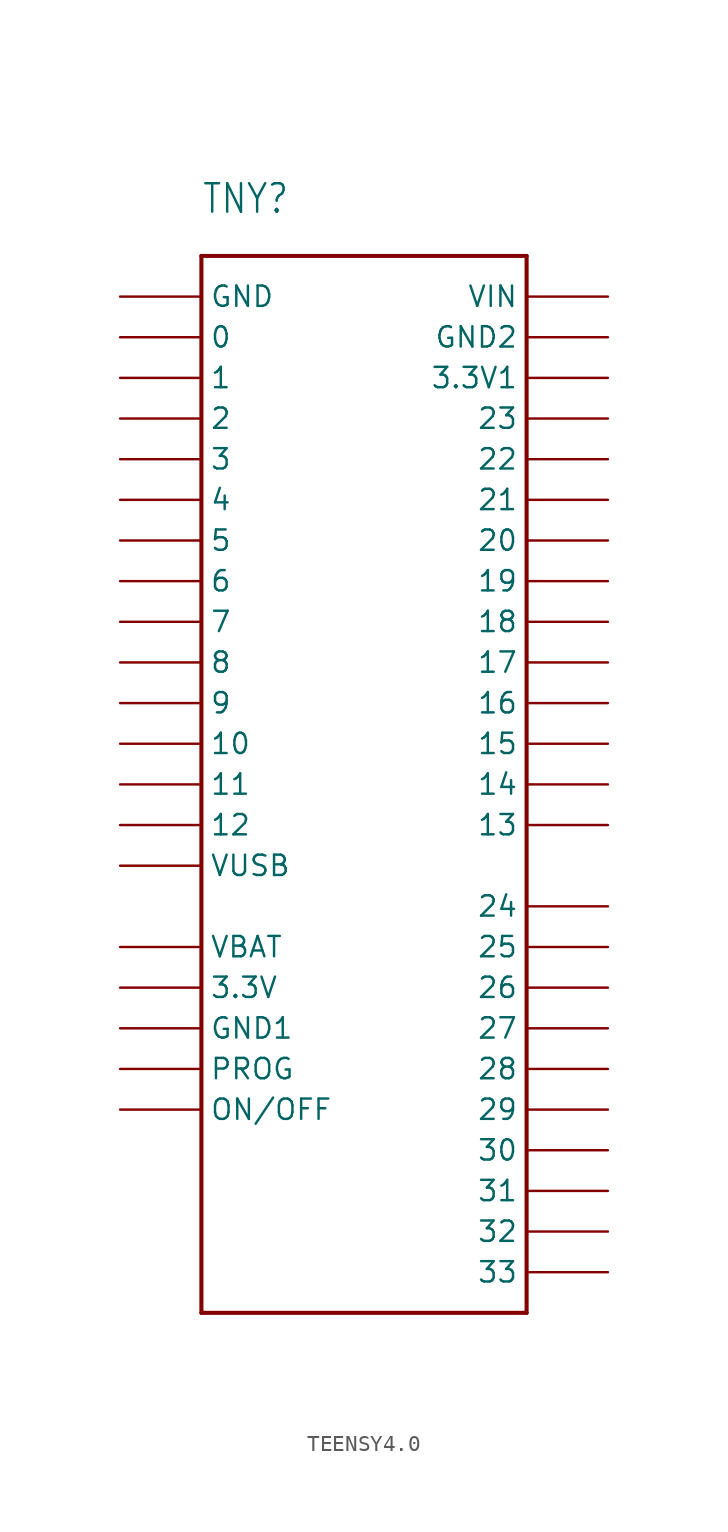
<source format=kicad_sym>
(kicad_symbol_lib
  (version 20211014)
  (generator kicad_symbol_editor)
  (symbol "TEENSY4.0"
    (property "Reference" "TNY"
      (at -10.16 30.48 0)
      (effects (font (size 1.778 1.511)) (justify left bottom)))
    (property "ki_locked" ""
      (at 0 0 0)
      (effects (font (size 1.27 1.27))))
    (symbol "TEENSY4.0_1_0"
      (polyline (pts (xy -10.16 -38.1) (xy 10.16 -38.1)) (stroke (width 0.254) (type default) (color 0 0 0 0)) (fill (type none)))
      (polyline (pts (xy -10.16 27.94) (xy -10.16 -38.1)) (stroke (width 0.254) (type default) (color 0 0 0 0)) (fill (type none)))
      (polyline (pts (xy 10.16 -38.1) (xy 10.16 27.94)) (stroke (width 0.254) (type default) (color 0 0 0 0)) (fill (type none)))
      (polyline (pts (xy 10.16 27.94) (xy -10.16 27.94)) (stroke (width 0.254) (type default) (color 0 0 0 0)) (fill (type none)))
      (pin bidirectional line (at -15.24 22.86 0) (length 5.08) (name "0" (effects (font (size 1.27 1.27)))) (number "0" (effects (font (size 0 0)))))
      (pin bidirectional line (at -15.24 20.32 0) (length 5.08) (name "1" (effects (font (size 1.27 1.27)))) (number "1" (effects (font (size 0 0)))))
      (pin bidirectional line (at -15.24 -2.54 0) (length 5.08) (name "10" (effects (font (size 1.27 1.27)))) (number "10" (effects (font (size 0 0)))))
      (pin bidirectional line (at -15.24 -5.08 0) (length 5.08) (name "11" (effects (font (size 1.27 1.27)))) (number "11" (effects (font (size 0 0)))))
      (pin bidirectional line (at -15.24 -7.62 0) (length 5.08) (name "12" (effects (font (size 1.27 1.27)))) (number "12" (effects (font (size 0 0)))))
      (pin bidirectional line (at 15.24 -7.62 180) (length 5.08) (name "13" (effects (font (size 1.27 1.27)))) (number "13" (effects (font (size 0 0)))))
      (pin bidirectional line (at 15.24 -5.08 180) (length 5.08) (name "14" (effects (font (size 1.27 1.27)))) (number "14" (effects (font (size 0 0)))))
      (pin bidirectional line (at 15.24 -2.54 180) (length 5.08) (name "15" (effects (font (size 1.27 1.27)))) (number "15" (effects (font (size 0 0)))))
      (pin bidirectional line (at 15.24 0 180) (length 5.08) (name "16" (effects (font (size 1.27 1.27)))) (number "16" (effects (font (size 0 0)))))
      (pin bidirectional line (at 15.24 2.54 180) (length 5.08) (name "17" (effects (font (size 1.27 1.27)))) (number "17" (effects (font (size 0 0)))))
      (pin bidirectional line (at 15.24 5.08 180) (length 5.08) (name "18" (effects (font (size 1.27 1.27)))) (number "18" (effects (font (size 0 0)))))
      (pin bidirectional line (at 15.24 7.62 180) (length 5.08) (name "19" (effects (font (size 1.27 1.27)))) (number "19" (effects (font (size 0 0)))))
      (pin bidirectional line (at -15.24 17.78 0) (length 5.08) (name "2" (effects (font (size 1.27 1.27)))) (number "2" (effects (font (size 0 0)))))
      (pin bidirectional line (at 15.24 10.16 180) (length 5.08) (name "20" (effects (font (size 1.27 1.27)))) (number "20" (effects (font (size 0 0)))))
      (pin bidirectional line (at 15.24 12.7 180) (length 5.08) (name "21" (effects (font (size 1.27 1.27)))) (number "21" (effects (font (size 0 0)))))
      (pin bidirectional line (at 15.24 15.24 180) (length 5.08) (name "22" (effects (font (size 1.27 1.27)))) (number "22" (effects (font (size 0 0)))))
      (pin bidirectional line (at 15.24 17.78 180) (length 5.08) (name "23" (effects (font (size 1.27 1.27)))) (number "23" (effects (font (size 0 0)))))
      (pin bidirectional line (at 15.24 -12.7 180) (length 5.08) (name "24" (effects (font (size 1.27 1.27)))) (number "24" (effects (font (size 0 0)))))
      (pin bidirectional line (at 15.24 -15.24 180) (length 5.08) (name "25" (effects (font (size 1.27 1.27)))) (number "25" (effects (font (size 0 0)))))
      (pin bidirectional line (at 15.24 -17.78 180) (length 5.08) (name "26" (effects (font (size 1.27 1.27)))) (number "26" (effects (font (size 0 0)))))
      (pin bidirectional line (at 15.24 -20.32 180) (length 5.08) (name "27" (effects (font (size 1.27 1.27)))) (number "27" (effects (font (size 0 0)))))
      (pin bidirectional line (at 15.24 -22.86 180) (length 5.08) (name "28" (effects (font (size 1.27 1.27)))) (number "28" (effects (font (size 0 0)))))
      (pin bidirectional line (at 15.24 -25.4 180) (length 5.08) (name "29" (effects (font (size 1.27 1.27)))) (number "29" (effects (font (size 0 0)))))
      (pin bidirectional line (at -15.24 15.24 0) (length 5.08) (name "3" (effects (font (size 1.27 1.27)))) (number "3" (effects (font (size 0 0)))))
      (pin bidirectional line (at -15.24 -17.78 0) (length 5.08) (name "3.3V" (effects (font (size 1.27 1.27)))) (number "3.30" (effects (font (size 0 0)))))
      (pin bidirectional line (at 15.24 20.32 180) (length 5.08) (name "3.3V1" (effects (font (size 1.27 1.27)))) (number "3.31" (effects (font (size 0 0)))))
      (pin bidirectional line (at 15.24 -27.94 180) (length 5.08) (name "30" (effects (font (size 1.27 1.27)))) (number "30" (effects (font (size 0 0)))))
      (pin bidirectional line (at 15.24 -30.48 180) (length 5.08) (name "31" (effects (font (size 1.27 1.27)))) (number "31" (effects (font (size 0 0)))))
      (pin bidirectional line (at 15.24 -33.02 180) (length 5.08) (name "32" (effects (font (size 1.27 1.27)))) (number "32" (effects (font (size 0 0)))))
      (pin bidirectional line (at 15.24 -35.56 180) (length 5.08) (name "33" (effects (font (size 1.27 1.27)))) (number "33" (effects (font (size 0 0)))))
      (pin bidirectional line (at -15.24 12.7 0) (length 5.08) (name "4" (effects (font (size 1.27 1.27)))) (number "4" (effects (font (size 0 0)))))
      (pin bidirectional line (at -15.24 10.16 0) (length 5.08) (name "5" (effects (font (size 1.27 1.27)))) (number "5" (effects (font (size 0 0)))))
      (pin bidirectional line (at -15.24 7.62 0) (length 5.08) (name "6" (effects (font (size 1.27 1.27)))) (number "6" (effects (font (size 0 0)))))
      (pin bidirectional line (at -15.24 5.08 0) (length 5.08) (name "7" (effects (font (size 1.27 1.27)))) (number "7" (effects (font (size 0 0)))))
      (pin bidirectional line (at -15.24 2.54 0) (length 5.08) (name "8" (effects (font (size 1.27 1.27)))) (number "8" (effects (font (size 0 0)))))
      (pin bidirectional line (at -15.24 0 0) (length 5.08) (name "9" (effects (font (size 1.27 1.27)))) (number "9" (effects (font (size 0 0)))))
      (pin bidirectional line (at -15.24 25.4 0) (length 5.08) (name "GND" (effects (font (size 1.27 1.27)))) (number "GND" (effects (font (size 0 0)))))
      (pin bidirectional line (at -15.24 -20.32 0) (length 5.08) (name "GND1" (effects (font (size 1.27 1.27)))) (number "GND1" (effects (font (size 0 0)))))
      (pin bidirectional line (at 15.24 22.86 180) (length 5.08) (name "GND2" (effects (font (size 1.27 1.27)))) (number "GND2" (effects (font (size 0 0)))))
      (pin bidirectional line (at -15.24 -25.4 0) (length 5.08) (name "ON/OFF" (effects (font (size 1.27 1.27)))) (number "ON/OFF" (effects (font (size 0 0)))))
      (pin bidirectional line (at -15.24 -22.86 0) (length 5.08) (name "PROG" (effects (font (size 1.27 1.27)))) (number "PROG" (effects (font (size 0 0)))))
      (pin bidirectional line (at -15.24 -15.24 0) (length 5.08) (name "VBAT" (effects (font (size 1.27 1.27)))) (number "VBAT" (effects (font (size 0 0)))))
      (pin bidirectional line (at 15.24 25.4 180) (length 5.08) (name "VIN" (effects (font (size 1.27 1.27)))) (number "VIN" (effects (font (size 0 0)))))
      (pin bidirectional line (at -15.24 -10.16 0) (length 5.08) (name "VUSB" (effects (font (size 1.27 1.27)))) (number "VUSB" (effects (font (size 0 0))))))))
</source>
